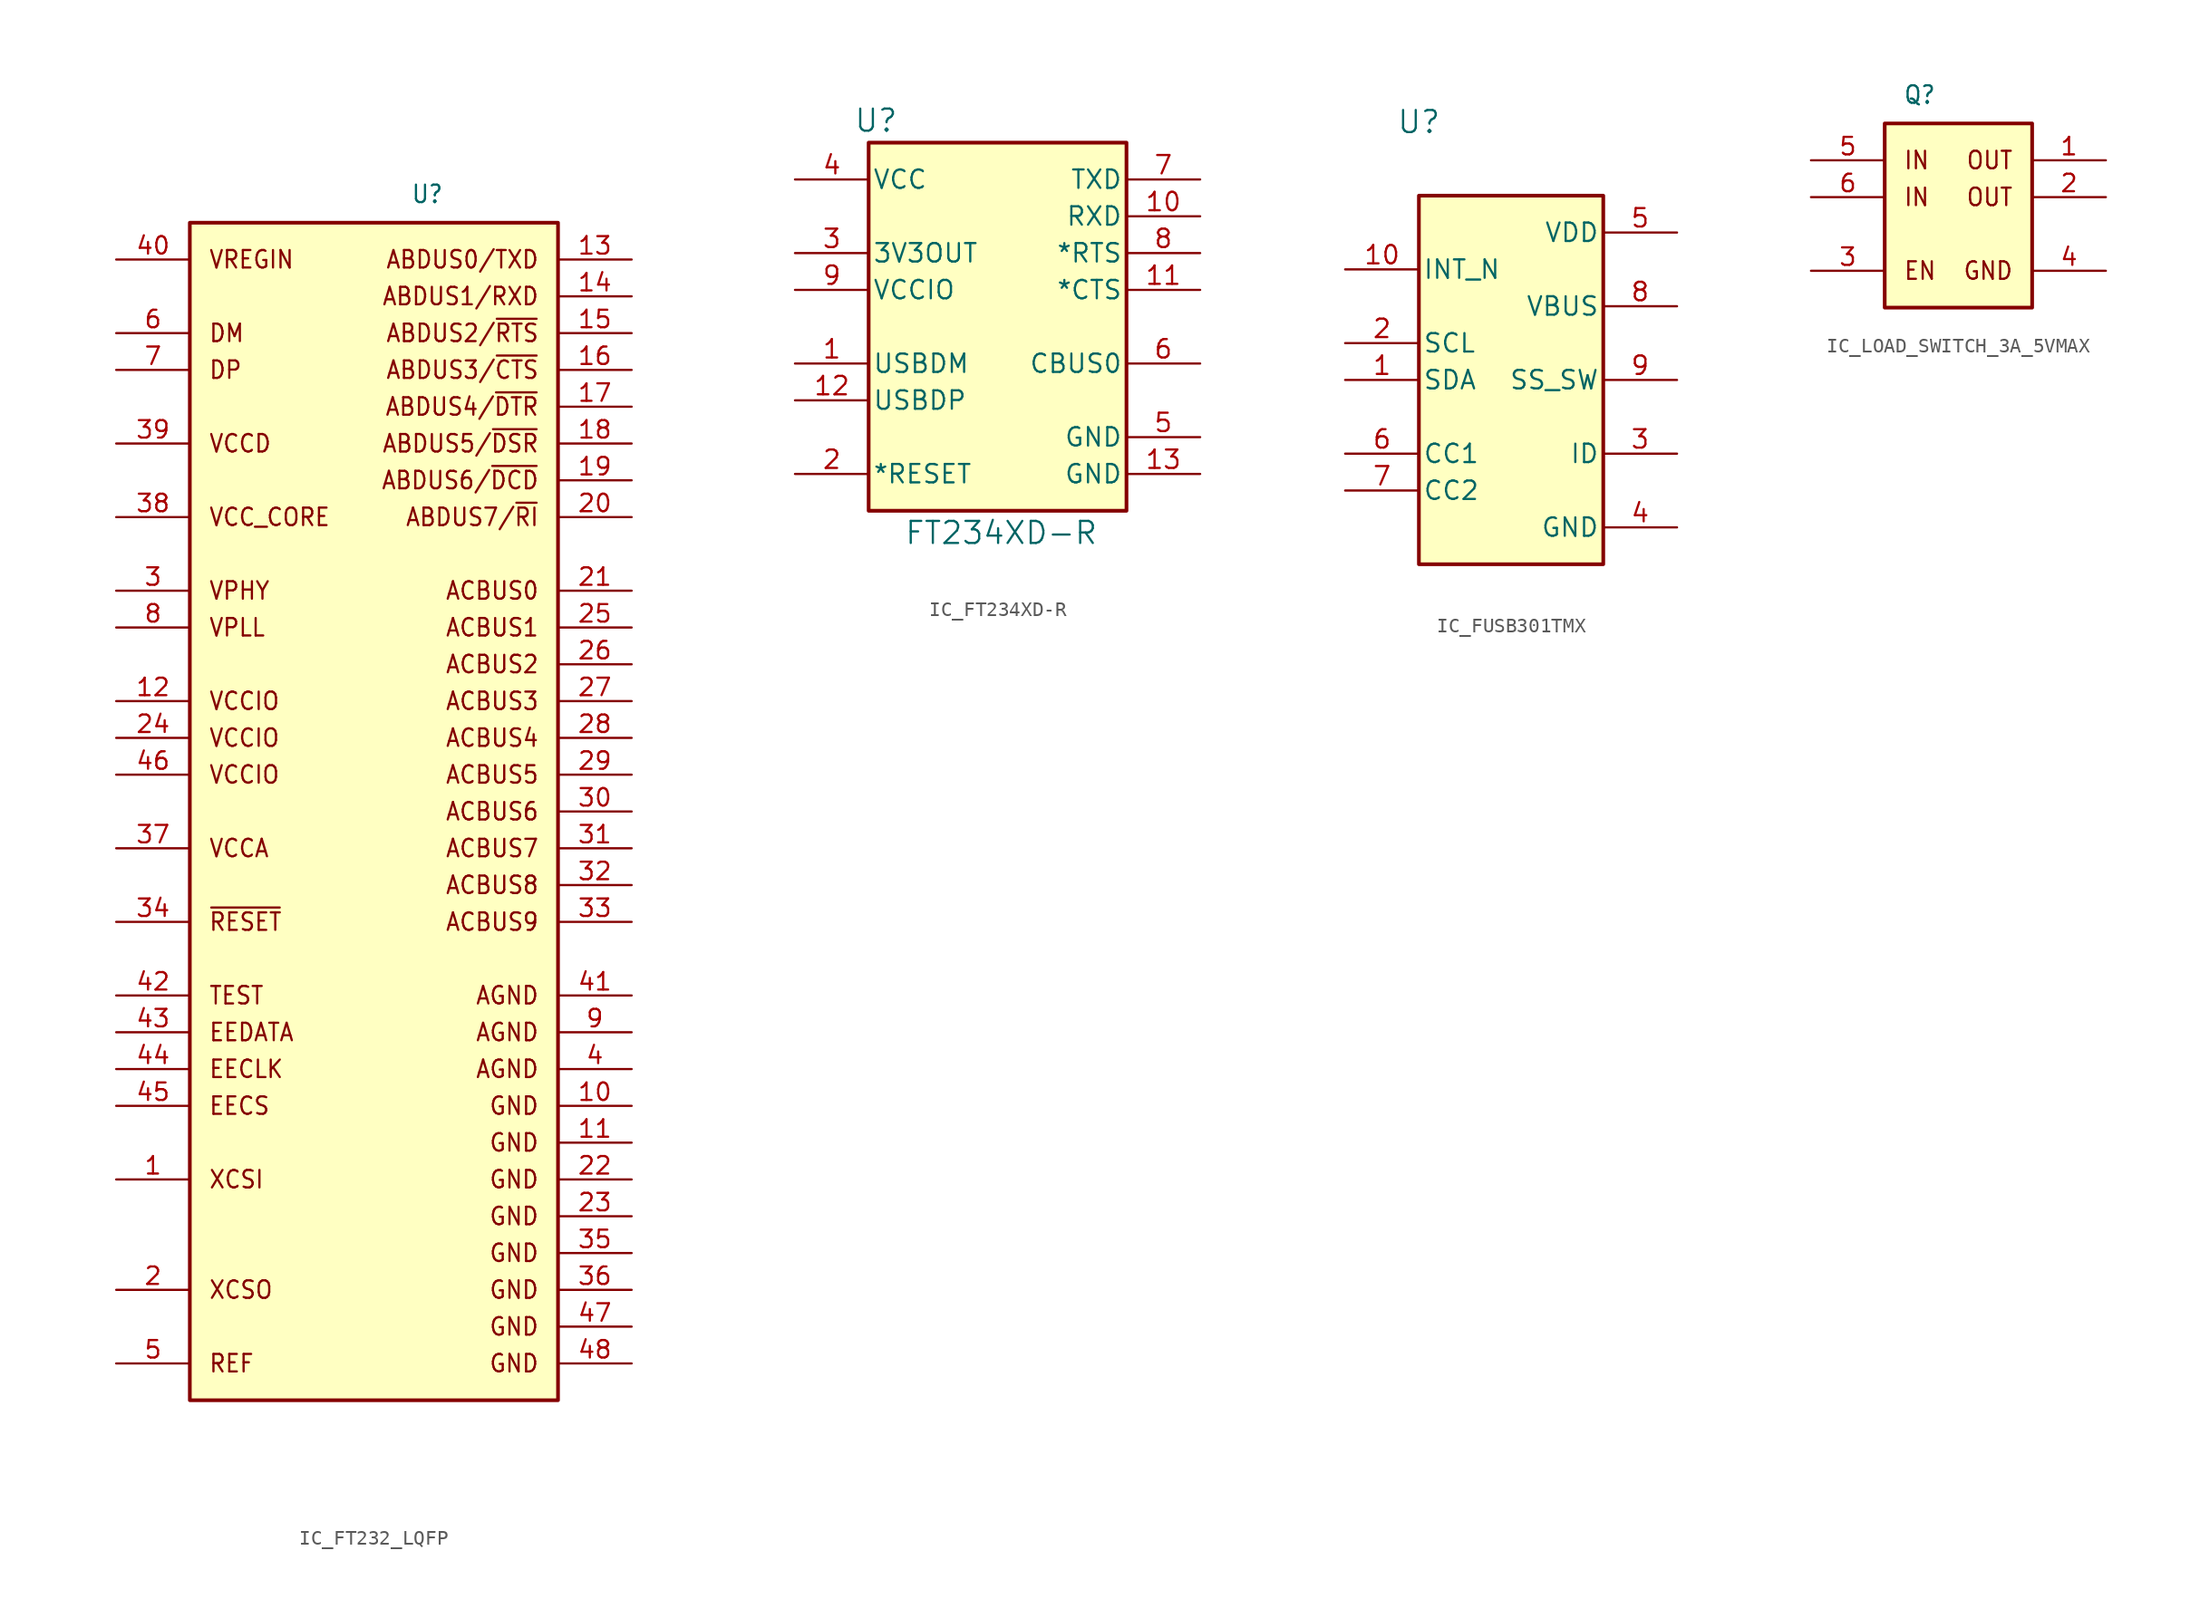
<source format=kicad_sym>
(kicad_symbol_lib
  (version 20231120)
  (generator "kicad_symbol_editor")
  (generator_version "8.0")
  (symbol "IC_FT232_LQFP"
    (property "Reference" "U"
      (at 20.32 80.01 0)
      (effects (font (size 1.206 1.092) (thickness 0.152)) (justify left bottom)))
    (property "Value" ""
      (at 0 0 0)
      (effects (font (size 1.092 1.092) (thickness 0.152)) (justify left bottom)))
    (symbol "IC_FT232_LQFP_1_0"
      (polyline (pts (xy 5.08 -2.54) (xy 30.48 -2.54) (xy 30.48 78.74) (xy 5.08 78.74) (xy 5.08 -2.54)) (stroke (width 0.254) (type solid)) (fill (type background)))
      (text "ABDUS0/TXD" (at 29.21 76.2 0) (effects (font (size 1.206 1.092) (thickness 0.152)) (justify right)))
      (text "ABDUS1/RXD" (at 29.21 73.66 0) (effects (font (size 1.206 1.092) (thickness 0.152)) (justify right)))
      (text "ABDUS2/~{RTS}" (at 29.21 71.12 0) (effects (font (size 1.206 1.092) (thickness 0.152)) (justify right)))
      (text "ABDUS3/~{CTS}" (at 29.21 68.58 0) (effects (font (size 1.206 1.092) (thickness 0.152)) (justify right)))
      (text "ABDUS4/~{DTR}" (at 29.21 66.04 0) (effects (font (size 1.206 1.092) (thickness 0.152)) (justify right)))
      (text "ABDUS5/~{DSR}" (at 29.21 63.5 0) (effects (font (size 1.206 1.092) (thickness 0.152)) (justify right)))
      (text "ABDUS6/~{DCD}" (at 29.21 60.96 0) (effects (font (size 1.206 1.092) (thickness 0.152)) (justify right)))
      (text "ABDUS7/~{RI}" (at 29.21 58.42 0) (effects (font (size 1.206 1.092) (thickness 0.152)) (justify right)))
      (text "ACBUS0" (at 29.21 53.34 0) (effects (font (size 1.206 1.092) (thickness 0.152)) (justify right)))
      (text "ACBUS1" (at 29.21 50.8 0) (effects (font (size 1.206 1.092) (thickness 0.152)) (justify right)))
      (text "ACBUS2" (at 29.21 48.26 0) (effects (font (size 1.206 1.092) (thickness 0.152)) (justify right)))
      (text "ACBUS3" (at 29.21 45.72 0) (effects (font (size 1.206 1.092) (thickness 0.152)) (justify right)))
      (text "ACBUS4" (at 29.21 43.18 0) (effects (font (size 1.206 1.092) (thickness 0.152)) (justify right)))
      (text "ACBUS5" (at 29.21 40.64 0) (effects (font (size 1.206 1.092) (thickness 0.152)) (justify right)))
      (text "ACBUS6" (at 29.21 38.1 0) (effects (font (size 1.206 1.092) (thickness 0.152)) (justify right)))
      (text "ACBUS7" (at 29.21 35.56 0) (effects (font (size 1.206 1.092) (thickness 0.152)) (justify right)))
      (text "ACBUS8" (at 29.21 33.02 0) (effects (font (size 1.206 1.092) (thickness 0.152)) (justify right)))
      (text "ACBUS9" (at 29.21 30.48 0) (effects (font (size 1.206 1.092) (thickness 0.152)) (justify right)))
      (text "AGND" (at 29.21 20.32 0) (effects (font (size 1.206 1.092) (thickness 0.152)) (justify right)))
      (text "AGND" (at 29.21 22.86 0) (effects (font (size 1.206 1.092) (thickness 0.152)) (justify right)))
      (text "AGND" (at 29.21 25.4 0) (effects (font (size 1.206 1.092) (thickness 0.152)) (justify right)))
      (text "DM" (at 6.35 71.12 0) (effects (font (size 1.206 1.092) (thickness 0.152)) (justify left)))
      (text "DP" (at 6.35 68.58 0) (effects (font (size 1.206 1.092) (thickness 0.152)) (justify left)))
      (text "EECLK" (at 6.35 20.32 0) (effects (font (size 1.206 1.092) (thickness 0.152)) (justify left)))
      (text "EECS" (at 6.35 17.78 0) (effects (font (size 1.206 1.092) (thickness 0.152)) (justify left)))
      (text "EEDATA" (at 6.35 22.86 0) (effects (font (size 1.206 1.092) (thickness 0.152)) (justify left)))
      (text "GND" (at 29.21 0 0) (effects (font (size 1.206 1.092) (thickness 0.152)) (justify right)))
      (text "GND" (at 29.21 2.54 0) (effects (font (size 1.206 1.092) (thickness 0.152)) (justify right)))
      (text "GND" (at 29.21 5.08 0) (effects (font (size 1.206 1.092) (thickness 0.152)) (justify right)))
      (text "GND" (at 29.21 7.62 0) (effects (font (size 1.206 1.092) (thickness 0.152)) (justify right)))
      (text "GND" (at 29.21 10.16 0) (effects (font (size 1.206 1.092) (thickness 0.152)) (justify right)))
      (text "GND" (at 29.21 12.7 0) (effects (font (size 1.206 1.092) (thickness 0.152)) (justify right)))
      (text "GND" (at 29.21 15.24 0) (effects (font (size 1.206 1.092) (thickness 0.152)) (justify right)))
      (text "GND" (at 29.21 17.78 0) (effects (font (size 1.206 1.092) (thickness 0.152)) (justify right)))
      (text "REF" (at 6.35 0 0) (effects (font (size 1.206 1.092) (thickness 0.152)) (justify left)))
      (text "TEST" (at 6.35 25.4 0) (effects (font (size 1.206 1.092) (thickness 0.152)) (justify left)))
      (text "VCC_CORE" (at 6.35 58.42 0) (effects (font (size 1.206 1.092) (thickness 0.152)) (justify left)))
      (text "VCCA" (at 6.35 35.56 0) (effects (font (size 1.206 1.092) (thickness 0.152)) (justify left)))
      (text "VCCD" (at 6.35 63.5 0) (effects (font (size 1.206 1.092) (thickness 0.152)) (justify left)))
      (text "VCCIO" (at 6.35 40.64 0) (effects (font (size 1.206 1.092) (thickness 0.152)) (justify left)))
      (text "VCCIO" (at 6.35 43.18 0) (effects (font (size 1.206 1.092) (thickness 0.152)) (justify left)))
      (text "VCCIO" (at 6.35 45.72 0) (effects (font (size 1.206 1.092) (thickness 0.152)) (justify left)))
      (text "VPHY" (at 6.35 53.34 0) (effects (font (size 1.206 1.092) (thickness 0.152)) (justify left)))
      (text "VPLL" (at 6.35 50.8 0) (effects (font (size 1.206 1.092) (thickness 0.152)) (justify left)))
      (text "VREGIN" (at 6.35 76.2 0) (effects (font (size 1.206 1.092) (thickness 0.152)) (justify left)))
      (text "XCSI" (at 6.35 12.7 0) (effects (font (size 1.206 1.092) (thickness 0.152)) (justify left)))
      (text "XCSO" (at 6.35 5.08 0) (effects (font (size 1.206 1.092) (thickness 0.152)) (justify left)))
      (text "~{RESET}" (at 6.35 30.48 0) (effects (font (size 1.206 1.092) (thickness 0.152)) (justify left)))
      (pin passive line (at 0 12.7 0) (length 5.08) (name "" (effects (font (size 1.206 1.206)))) (number "1" (effects (font (size 1.206 1.206)))))
      (pin passive line (at 35.56 17.78 180) (length 5.08) (name "" (effects (font (size 1.206 1.206)))) (number "10" (effects (font (size 1.206 1.206)))))
      (pin passive line (at 35.56 15.24 180) (length 5.08) (name "" (effects (font (size 1.206 1.206)))) (number "11" (effects (font (size 1.206 1.206)))))
      (pin passive line (at 0 45.72 0) (length 5.08) (name "" (effects (font (size 1.206 1.206)))) (number "12" (effects (font (size 1.206 1.206)))))
      (pin passive line (at 35.56 76.2 180) (length 5.08) (name "" (effects (font (size 1.206 1.206)))) (number "13" (effects (font (size 1.206 1.206)))))
      (pin passive line (at 35.56 73.66 180) (length 5.08) (name "" (effects (font (size 1.206 1.206)))) (number "14" (effects (font (size 1.206 1.206)))))
      (pin passive line (at 35.56 71.12 180) (length 5.08) (name "" (effects (font (size 1.206 1.206)))) (number "15" (effects (font (size 1.206 1.206)))))
      (pin passive line (at 35.56 68.58 180) (length 5.08) (name "" (effects (font (size 1.206 1.206)))) (number "16" (effects (font (size 1.206 1.206)))))
      (pin passive line (at 35.56 66.04 180) (length 5.08) (name "" (effects (font (size 1.206 1.206)))) (number "17" (effects (font (size 1.206 1.206)))))
      (pin passive line (at 35.56 63.5 180) (length 5.08) (name "" (effects (font (size 1.206 1.206)))) (number "18" (effects (font (size 1.206 1.206)))))
      (pin passive line (at 35.56 60.96 180) (length 5.08) (name "" (effects (font (size 1.206 1.206)))) (number "19" (effects (font (size 1.206 1.206)))))
      (pin passive line (at 0 5.08 0) (length 5.08) (name "" (effects (font (size 1.206 1.206)))) (number "2" (effects (font (size 1.206 1.206)))))
      (pin passive line (at 35.56 58.42 180) (length 5.08) (name "" (effects (font (size 1.206 1.206)))) (number "20" (effects (font (size 1.206 1.206)))))
      (pin passive line (at 35.56 53.34 180) (length 5.08) (name "" (effects (font (size 1.206 1.206)))) (number "21" (effects (font (size 1.206 1.206)))))
      (pin passive line (at 35.56 12.7 180) (length 5.08) (name "" (effects (font (size 1.206 1.206)))) (number "22" (effects (font (size 1.206 1.206)))))
      (pin passive line (at 35.56 10.16 180) (length 5.08) (name "" (effects (font (size 1.206 1.206)))) (number "23" (effects (font (size 1.206 1.206)))))
      (pin passive line (at 0 43.18 0) (length 5.08) (name "" (effects (font (size 1.206 1.206)))) (number "24" (effects (font (size 1.206 1.206)))))
      (pin passive line (at 35.56 50.8 180) (length 5.08) (name "" (effects (font (size 1.206 1.206)))) (number "25" (effects (font (size 1.206 1.206)))))
      (pin passive line (at 35.56 48.26 180) (length 5.08) (name "" (effects (font (size 1.206 1.206)))) (number "26" (effects (font (size 1.206 1.206)))))
      (pin passive line (at 35.56 45.72 180) (length 5.08) (name "" (effects (font (size 1.206 1.206)))) (number "27" (effects (font (size 1.206 1.206)))))
      (pin passive line (at 35.56 43.18 180) (length 5.08) (name "" (effects (font (size 1.206 1.206)))) (number "28" (effects (font (size 1.206 1.206)))))
      (pin passive line (at 35.56 40.64 180) (length 5.08) (name "" (effects (font (size 1.206 1.206)))) (number "29" (effects (font (size 1.206 1.206)))))
      (pin passive line (at 0 53.34 0) (length 5.08) (name "" (effects (font (size 1.206 1.206)))) (number "3" (effects (font (size 1.206 1.206)))))
      (pin passive line (at 35.56 38.1 180) (length 5.08) (name "" (effects (font (size 1.206 1.206)))) (number "30" (effects (font (size 1.206 1.206)))))
      (pin passive line (at 35.56 35.56 180) (length 5.08) (name "" (effects (font (size 1.206 1.206)))) (number "31" (effects (font (size 1.206 1.206)))))
      (pin passive line (at 35.56 33.02 180) (length 5.08) (name "" (effects (font (size 1.206 1.206)))) (number "32" (effects (font (size 1.206 1.206)))))
      (pin passive line (at 35.56 30.48 180) (length 5.08) (name "" (effects (font (size 1.206 1.206)))) (number "33" (effects (font (size 1.206 1.206)))))
      (pin passive line (at 0 30.48 0) (length 5.08) (name "" (effects (font (size 1.206 1.206)))) (number "34" (effects (font (size 1.206 1.206)))))
      (pin passive line (at 35.56 7.62 180) (length 5.08) (name "" (effects (font (size 1.206 1.206)))) (number "35" (effects (font (size 1.206 1.206)))))
      (pin passive line (at 35.56 5.08 180) (length 5.08) (name "" (effects (font (size 1.206 1.206)))) (number "36" (effects (font (size 1.206 1.206)))))
      (pin passive line (at 0 35.56 0) (length 5.08) (name "" (effects (font (size 1.206 1.206)))) (number "37" (effects (font (size 1.206 1.206)))))
      (pin passive line (at 0 58.42 0) (length 5.08) (name "" (effects (font (size 1.206 1.206)))) (number "38" (effects (font (size 1.206 1.206)))))
      (pin passive line (at 0 63.5 0) (length 5.08) (name "" (effects (font (size 1.206 1.206)))) (number "39" (effects (font (size 1.206 1.206)))))
      (pin passive line (at 35.56 20.32 180) (length 5.08) (name "" (effects (font (size 1.206 1.206)))) (number "4" (effects (font (size 1.206 1.206)))))
      (pin passive line (at 0 76.2 0) (length 5.08) (name "" (effects (font (size 1.206 1.206)))) (number "40" (effects (font (size 1.206 1.206)))))
      (pin passive line (at 35.56 25.4 180) (length 5.08) (name "" (effects (font (size 1.206 1.206)))) (number "41" (effects (font (size 1.206 1.206)))))
      (pin passive line (at 0 25.4 0) (length 5.08) (name "" (effects (font (size 1.206 1.206)))) (number "42" (effects (font (size 1.206 1.206)))))
      (pin passive line (at 0 22.86 0) (length 5.08) (name "" (effects (font (size 1.206 1.206)))) (number "43" (effects (font (size 1.206 1.206)))))
      (pin passive line (at 0 20.32 0) (length 5.08) (name "" (effects (font (size 1.206 1.206)))) (number "44" (effects (font (size 1.206 1.206)))))
      (pin passive line (at 0 17.78 0) (length 5.08) (name "" (effects (font (size 1.206 1.206)))) (number "45" (effects (font (size 1.206 1.206)))))
      (pin passive line (at 0 40.64 0) (length 5.08) (name "" (effects (font (size 1.206 1.206)))) (number "46" (effects (font (size 1.206 1.206)))))
      (pin passive line (at 35.56 2.54 180) (length 5.08) (name "" (effects (font (size 1.206 1.206)))) (number "47" (effects (font (size 1.206 1.206)))))
      (pin passive line (at 35.56 0 180) (length 5.08) (name "" (effects (font (size 1.206 1.206)))) (number "48" (effects (font (size 1.206 1.206)))))
      (pin passive line (at 0 0 0) (length 5.08) (name "" (effects (font (size 1.206 1.206)))) (number "5" (effects (font (size 1.206 1.206)))))
      (pin passive line (at 0 71.12 0) (length 5.08) (name "" (effects (font (size 1.206 1.206)))) (number "6" (effects (font (size 1.206 1.206)))))
      (pin passive line (at 0 68.58 0) (length 5.08) (name "" (effects (font (size 1.206 1.206)))) (number "7" (effects (font (size 1.206 1.206)))))
      (pin passive line (at 0 50.8 0) (length 5.08) (name "" (effects (font (size 1.206 1.206)))) (number "8" (effects (font (size 1.206 1.206)))))
      (pin passive line (at 35.56 22.86 180) (length 5.08) (name "" (effects (font (size 1.206 1.206)))) (number "9" (effects (font (size 1.206 1.206)))))))
  (symbol "IC_FT234XD-R"
    (pin_names
      (offset 0.254))
    (property "Reference" "U"
      (at 5.588 24.384 0)
      (effects (font (size 1.524 1.524))))
    (property "Value" "FT234XD-R"
      (at 14.224 -4.064 0)
      (effects (font (size 1.524 1.524))))
    (symbol "IC_FT234XD-R_0_1"
      (pin bidirectional line (at 0 7.62 0) (length 5.08) (name "USBDM" (effects (font (size 1.27 1.27)))) (number "1" (effects (font (size 1.27 1.27)))))
      (pin input line (at 27.94 17.78 180) (length 5.08) (name "RXD" (effects (font (size 1.27 1.27)))) (number "10" (effects (font (size 1.27 1.27)))))
      (pin input line (at 27.94 12.7 180) (length 5.08) (name "*CTS" (effects (font (size 1.27 1.27)))) (number "11" (effects (font (size 1.27 1.27)))))
      (pin bidirectional line (at 0 5.08 0) (length 5.08) (name "USBDP" (effects (font (size 1.27 1.27)))) (number "12" (effects (font (size 1.27 1.27)))))
      (pin power_in line (at 27.94 0 180) (length 5.08) (name "GND" (effects (font (size 1.27 1.27)))) (number "13" (effects (font (size 1.27 1.27)))))
      (pin input line (at 0 0 0) (length 5.08) (name "*RESET" (effects (font (size 1.27 1.27)))) (number "2" (effects (font (size 1.27 1.27)))))
      (pin output line (at 0 15.24 0) (length 5.08) (name "3V3OUT" (effects (font (size 1.27 1.27)))) (number "3" (effects (font (size 1.27 1.27)))))
      (pin power_in line (at 0 20.32 0) (length 5.08) (name "VCC" (effects (font (size 1.27 1.27)))) (number "4" (effects (font (size 1.27 1.27)))))
      (pin power_in line (at 27.94 2.54 180) (length 5.08) (name "GND" (effects (font (size 1.27 1.27)))) (number "5" (effects (font (size 1.27 1.27)))))
      (pin bidirectional line (at 27.94 7.62 180) (length 5.08) (name "CBUS0" (effects (font (size 1.27 1.27)))) (number "6" (effects (font (size 1.27 1.27)))))
      (pin output line (at 27.94 20.32 180) (length 5.08) (name "TXD" (effects (font (size 1.27 1.27)))) (number "7" (effects (font (size 1.27 1.27)))))
      (pin output line (at 27.94 15.24 180) (length 5.08) (name "*RTS" (effects (font (size 1.27 1.27)))) (number "8" (effects (font (size 1.27 1.27)))))
      (pin passive line (at 0 12.7 0) (length 5.08) (name "VCCIO" (effects (font (size 1.27 1.27)))) (number "9" (effects (font (size 1.27 1.27))))))
    (symbol "IC_FT234XD-R_1_1"
      (rectangle (start 5.08 22.86) (end 22.86 -2.54) (stroke (width 0.256) (type default)) (fill (type background)))))
  (symbol "IC_FUSB301TMX"
    (pin_names
      (offset 0.254))
    (property "Reference" "U"
      (at 5.08 25.4 0)
      (effects (font (size 1.524 1.524))))
    (property "Value" ""
      (at 10.16 22.86 0)
      (effects (font (size 1.524 1.524))))
    (symbol "IC_FUSB301TMX_1_1"
      (rectangle (start 5.08 20.32) (end 17.78 -5.08) (stroke (width 0.254) (type default)) (fill (type background)))
      (pin passive line (at 0 7.62 0) (length 5.08) (name "SDA" (effects (font (size 1.27 1.27)))) (number "1" (effects (font (size 1.27 1.27)))))
      (pin passive line (at 0 15.24 0) (length 5.08) (name "INT_N" (effects (font (size 1.27 1.27)))) (number "10" (effects (font (size 1.27 1.27)))))
      (pin passive line (at 0 10.16 0) (length 5.08) (name "SCL" (effects (font (size 1.27 1.27)))) (number "2" (effects (font (size 1.27 1.27)))))
      (pin passive line (at 22.86 2.54 180) (length 5.08) (name "ID" (effects (font (size 1.27 1.27)))) (number "3" (effects (font (size 1.27 1.27)))))
      (pin power_in line (at 22.86 -2.54 180) (length 5.08) (name "GND" (effects (font (size 1.27 1.27)))) (number "4" (effects (font (size 1.27 1.27)))))
      (pin power_in line (at 22.86 17.78 180) (length 5.08) (name "VDD" (effects (font (size 1.27 1.27)))) (number "5" (effects (font (size 1.27 1.27)))))
      (pin bidirectional line (at 0 2.54 0) (length 5.08) (name "CC1" (effects (font (size 1.27 1.27)))) (number "6" (effects (font (size 1.27 1.27)))))
      (pin bidirectional line (at 0 0 0) (length 5.08) (name "CC2" (effects (font (size 1.27 1.27)))) (number "7" (effects (font (size 1.27 1.27)))))
      (pin passive line (at 22.86 12.7 180) (length 5.08) (name "VBUS" (effects (font (size 1.27 1.27)))) (number "8" (effects (font (size 1.27 1.27)))))
      (pin passive line (at 22.86 7.62 180) (length 5.08) (name "SS_SW" (effects (font (size 1.27 1.27)))) (number "9" (effects (font (size 1.27 1.27)))))))
  (symbol "IC_LOAD_SWITCH_3A_5VMAX"
    (property "Reference" "Q"
      (at 6.35 11.43 0)
      (effects (font (size 1.206 1.092) (thickness 0.152)) (justify left bottom)))
    (property "Value" ""
      (at 0 0.508 0)
      (effects (font (size 1.092 1.092) (thickness 0.152)) (justify left bottom)))
    (symbol "IC_LOAD_SWITCH_3A_5VMAX_1_0"
      (polyline (pts (xy 5.08 -2.54) (xy 15.24 -2.54) (xy 15.24 10.16) (xy 5.08 10.16) (xy 5.08 -2.54)) (stroke (width 0.254) (type solid)) (fill (type background)))
      (text "EN" (at 6.35 0 0) (effects (font (size 1.206 1.092) (thickness 0.152)) (justify left)))
      (text "GND" (at 13.97 0 0) (effects (font (size 1.206 1.092) (thickness 0.152)) (justify right)))
      (text "IN" (at 6.35 5.08 0) (effects (font (size 1.206 1.092) (thickness 0.152)) (justify left)))
      (text "IN" (at 6.35 7.62 0) (effects (font (size 1.206 1.092) (thickness 0.152)) (justify left)))
      (text "OUT" (at 13.97 5.08 0) (effects (font (size 1.206 1.092) (thickness 0.152)) (justify right)))
      (text "OUT" (at 13.97 7.62 0) (effects (font (size 1.206 1.092) (thickness 0.152)) (justify right)))
      (pin passive line (at 20.32 7.62 180) (length 5.08) (name "" (effects (font (size 1.206 1.206)))) (number "1" (effects (font (size 1.206 1.206)))))
      (pin passive line (at 20.32 5.08 180) (length 5.08) (name "" (effects (font (size 1.206 1.206)))) (number "2" (effects (font (size 1.206 1.206)))))
      (pin passive line (at 0 0 0) (length 5.08) (name "" (effects (font (size 1.206 1.206)))) (number "3" (effects (font (size 1.206 1.206)))))
      (pin passive line (at 20.32 0 180) (length 5.08) (name "" (effects (font (size 1.206 1.206)))) (number "4" (effects (font (size 1.206 1.206)))))
      (pin passive line (at 0 7.62 0) (length 5.08) (name "" (effects (font (size 1.206 1.206)))) (number "5" (effects (font (size 1.206 1.206)))))
      (pin passive line (at 0 5.08 0) (length 5.08) (name "" (effects (font (size 1.206 1.206)))) (number "6" (effects (font (size 1.206 1.206))))))))
</source>
